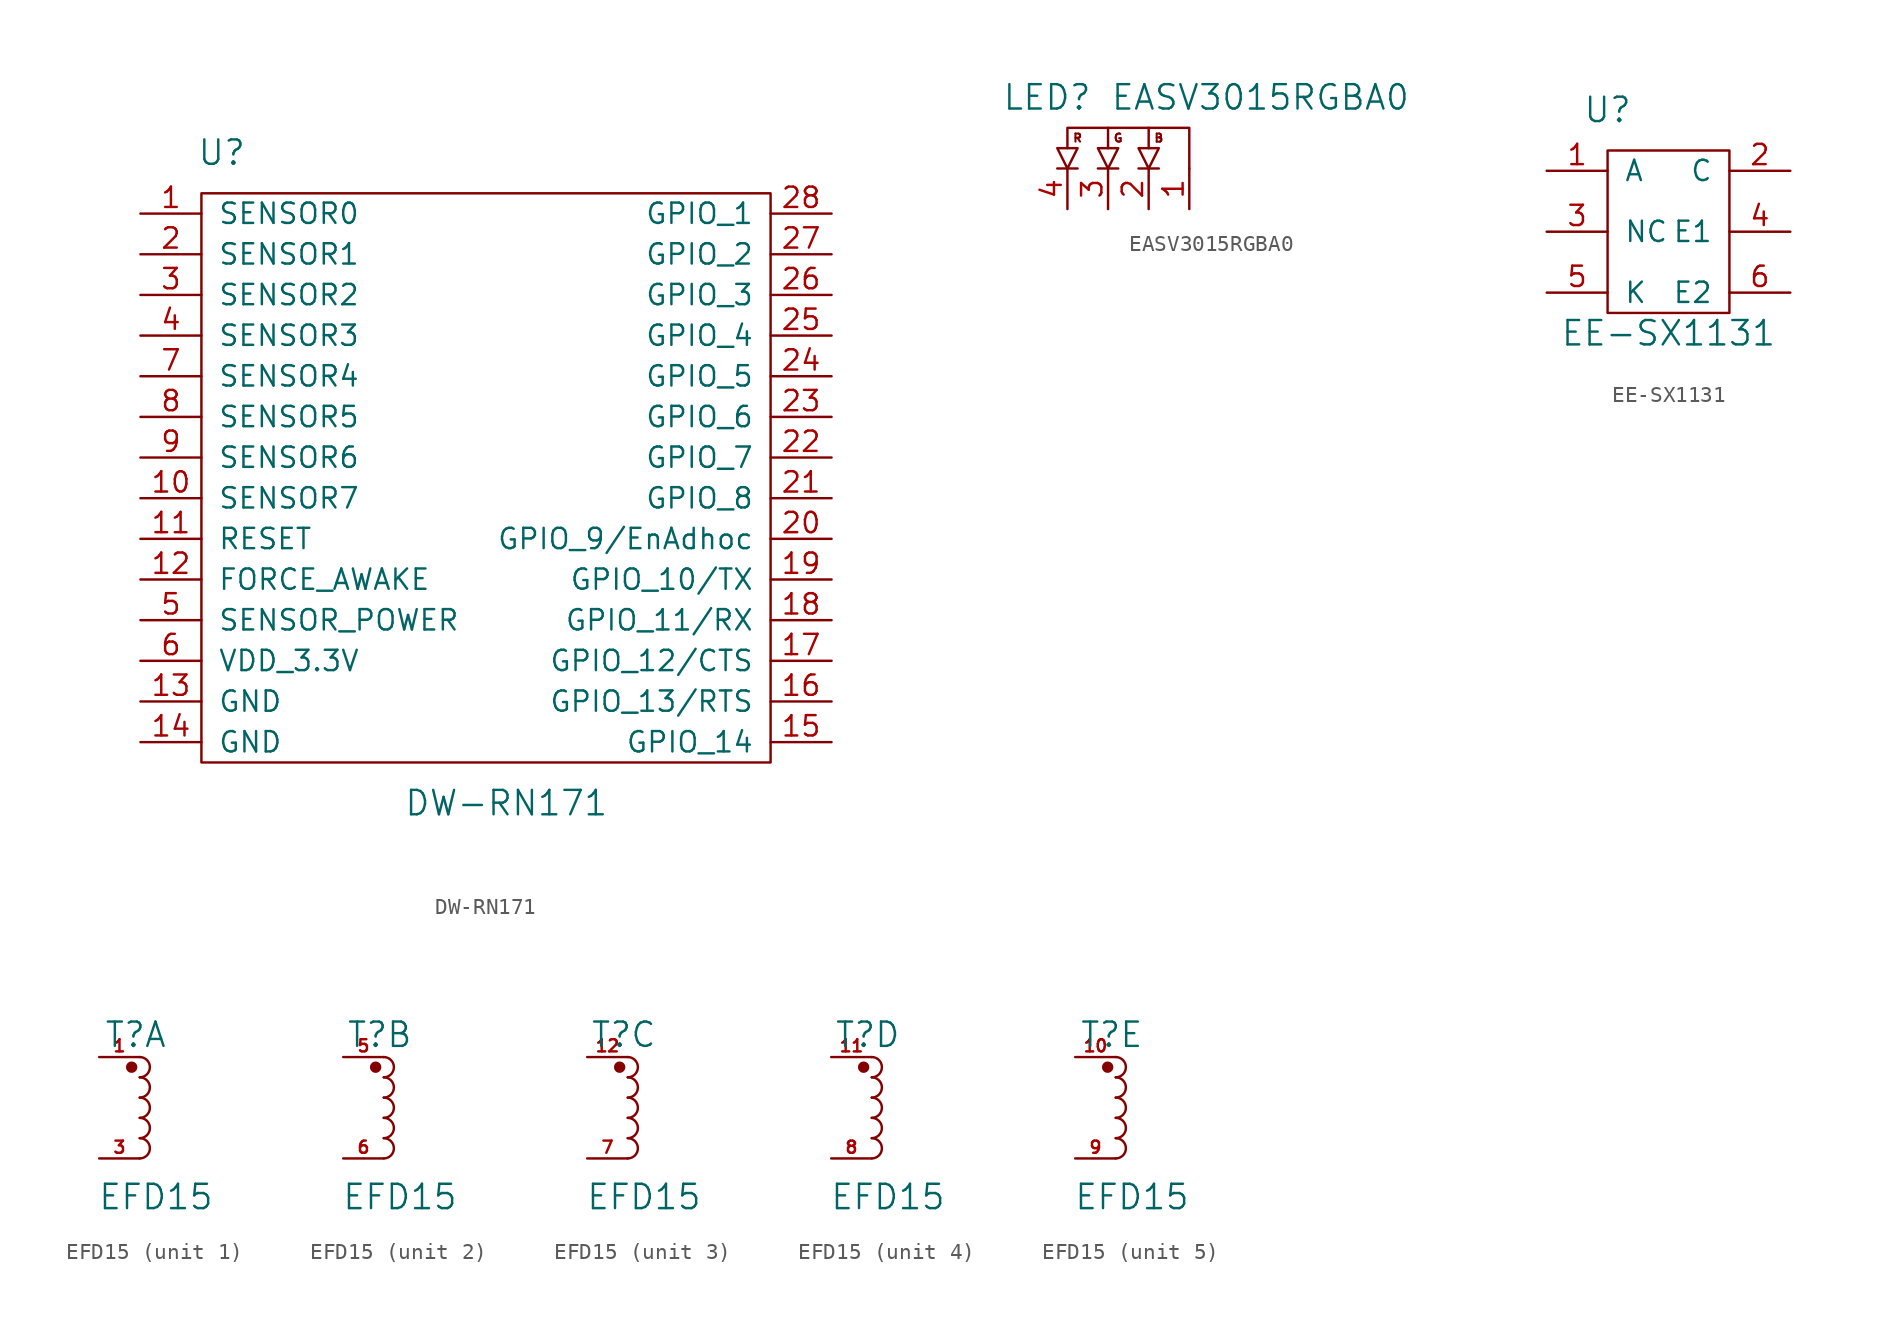
<source format=kicad_sym>
(kicad_symbol_lib
  (version 20211014)
  (generator kicad_symbol_editor)
  (symbol "DW-RN171"
    (pin_names
      (offset 1.016))
    (property "Reference" "U"
      (at -16.51 20.32 0)
      (effects (font (size 1.524 1.524))))
    (property "Value" "DW-RN171"
      (at 1.27 -20.32 0)
      (effects (font (size 1.524 1.524))))
    (property "Footprint" ""
      (at 0 0 0)
      (effects (font (size 1.524 1.524))))
    (property "Datasheet" ""
      (at 0 0 0)
      (effects (font (size 1.524 1.524))))
    (symbol "DW-RN171_0_1"
      (rectangle (start -17.78 17.78) (end 17.78 -17.78) (stroke (width 0) (type default) (color 0 0 0 0)) (fill (type none))))
    (symbol "DW-RN171_1_1"
      (pin input line (at -21.59 16.51 0) (length 3.81) (name "SENSOR0" (effects (font (size 1.27 1.27)))) (number "1" (effects (font (size 1.27 1.27)))))
      (pin input line (at -21.59 -1.27 0) (length 3.81) (name "SENSOR7" (effects (font (size 1.27 1.27)))) (number "10" (effects (font (size 1.27 1.27)))))
      (pin input line (at -21.59 -3.81 0) (length 3.81) (name "RESET" (effects (font (size 1.27 1.27)))) (number "11" (effects (font (size 1.27 1.27)))))
      (pin input line (at -21.59 -6.35 0) (length 3.81) (name "FORCE_AWAKE" (effects (font (size 1.27 1.27)))) (number "12" (effects (font (size 1.27 1.27)))))
      (pin passive line (at -21.59 -13.97 0) (length 3.81) (name "GND" (effects (font (size 1.27 1.27)))) (number "13" (effects (font (size 1.27 1.27)))))
      (pin passive line (at -21.59 -16.51 0) (length 3.81) (name "GND" (effects (font (size 1.27 1.27)))) (number "14" (effects (font (size 1.27 1.27)))))
      (pin bidirectional line (at 21.59 -16.51 180) (length 3.81) (name "GPIO_14" (effects (font (size 1.27 1.27)))) (number "15" (effects (font (size 1.27 1.27)))))
      (pin bidirectional line (at 21.59 -13.97 180) (length 3.81) (name "GPIO_13/RTS" (effects (font (size 1.27 1.27)))) (number "16" (effects (font (size 1.27 1.27)))))
      (pin bidirectional line (at 21.59 -11.43 180) (length 3.81) (name "GPIO_12/CTS" (effects (font (size 1.27 1.27)))) (number "17" (effects (font (size 1.27 1.27)))))
      (pin bidirectional line (at 21.59 -8.89 180) (length 3.81) (name "GPIO_11/RX" (effects (font (size 1.27 1.27)))) (number "18" (effects (font (size 1.27 1.27)))))
      (pin bidirectional line (at 21.59 -6.35 180) (length 3.81) (name "GPIO_10/TX" (effects (font (size 1.27 1.27)))) (number "19" (effects (font (size 1.27 1.27)))))
      (pin input line (at -21.59 13.97 0) (length 3.81) (name "SENSOR1" (effects (font (size 1.27 1.27)))) (number "2" (effects (font (size 1.27 1.27)))))
      (pin bidirectional line (at 21.59 -3.81 180) (length 3.81) (name "GPIO_9/EnAdhoc" (effects (font (size 1.27 1.27)))) (number "20" (effects (font (size 1.27 1.27)))))
      (pin bidirectional line (at 21.59 -1.27 180) (length 3.81) (name "GPIO_8" (effects (font (size 1.27 1.27)))) (number "21" (effects (font (size 1.27 1.27)))))
      (pin bidirectional line (at 21.59 1.27 180) (length 3.81) (name "GPIO_7" (effects (font (size 1.27 1.27)))) (number "22" (effects (font (size 1.27 1.27)))))
      (pin bidirectional line (at 21.59 3.81 180) (length 3.81) (name "GPIO_6" (effects (font (size 1.27 1.27)))) (number "23" (effects (font (size 1.27 1.27)))))
      (pin bidirectional line (at 21.59 6.35 180) (length 3.81) (name "GPIO_5" (effects (font (size 1.27 1.27)))) (number "24" (effects (font (size 1.27 1.27)))))
      (pin bidirectional line (at 21.59 8.89 180) (length 3.81) (name "GPIO_4" (effects (font (size 1.27 1.27)))) (number "25" (effects (font (size 1.27 1.27)))))
      (pin bidirectional line (at 21.59 11.43 180) (length 3.81) (name "GPIO_3" (effects (font (size 1.27 1.27)))) (number "26" (effects (font (size 1.27 1.27)))))
      (pin bidirectional line (at 21.59 13.97 180) (length 3.81) (name "GPIO_2" (effects (font (size 1.27 1.27)))) (number "27" (effects (font (size 1.27 1.27)))))
      (pin bidirectional line (at 21.59 16.51 180) (length 3.81) (name "GPIO_1" (effects (font (size 1.27 1.27)))) (number "28" (effects (font (size 1.27 1.27)))))
      (pin input line (at -21.59 11.43 0) (length 3.81) (name "SENSOR2" (effects (font (size 1.27 1.27)))) (number "3" (effects (font (size 1.27 1.27)))))
      (pin input line (at -21.59 8.89 0) (length 3.81) (name "SENSOR3" (effects (font (size 1.27 1.27)))) (number "4" (effects (font (size 1.27 1.27)))))
      (pin passive line (at -21.59 -8.89 0) (length 3.81) (name "SENSOR_POWER" (effects (font (size 1.27 1.27)))) (number "5" (effects (font (size 1.27 1.27)))))
      (pin passive line (at -21.59 -11.43 0) (length 3.81) (name "VDD_3.3V" (effects (font (size 1.27 1.27)))) (number "6" (effects (font (size 1.27 1.27)))))
      (pin input line (at -21.59 6.35 0) (length 3.81) (name "SENSOR4" (effects (font (size 1.27 1.27)))) (number "7" (effects (font (size 1.27 1.27)))))
      (pin input line (at -21.59 3.81 0) (length 3.81) (name "SENSOR5" (effects (font (size 1.27 1.27)))) (number "8" (effects (font (size 1.27 1.27)))))
      (pin input line (at -21.59 1.27 0) (length 3.81) (name "SENSOR6" (effects (font (size 1.27 1.27)))) (number "9" (effects (font (size 1.27 1.27)))))))
  (symbol "EASV3015RGBA0"
    (pin_names
      (offset 1.016))
    (property "Reference" "LED"
      (at -5.08 4.445 0)
      (effects (font (size 1.524 1.524))))
    (property "Value" "EASV3015RGBA0"
      (at 8.255 4.445 0)
      (effects (font (size 1.524 1.524))))
    (symbol "EASV3015RGBA0_0_0"
      (text "B" (at 1.905 1.905 0) (effects (font (size 0.508 0.508))))
      (text "G" (at -0.635 1.905 0) (effects (font (size 0.508 0.508))))
      (text "R" (at -3.175 1.905 0) (effects (font (size 0.508 0.508)))))
    (symbol "EASV3015RGBA0_0_1"
      (polyline (pts (xy -4.445 0) (xy -3.175 0)) (stroke (width 0) (type default) (color 0 0 0 0)) (fill (type none)))
      (polyline (pts (xy -1.905 0) (xy -0.635 0)) (stroke (width 0) (type default) (color 0 0 0 0)) (fill (type none)))
      (polyline (pts (xy -1.27 1.27) (xy -1.27 2.54)) (stroke (width 0) (type default) (color 0 0 0 0)) (fill (type none)))
      (polyline (pts (xy 0.635 0) (xy 1.905 0)) (stroke (width 0) (type default) (color 0 0 0 0)) (fill (type none)))
      (polyline (pts (xy 1.27 1.27) (xy 1.27 2.54)) (stroke (width 0) (type default) (color 0 0 0 0)) (fill (type none)))
      (polyline (pts (xy -3.81 0) (xy -4.445 1.27) (xy -3.175 1.27) (xy -3.81 0)) (stroke (width 0) (type default) (color 0 0 0 0)) (fill (type none)))
      (polyline (pts (xy -3.81 1.27) (xy -3.81 2.54) (xy 3.81 2.54) (xy 3.81 0)) (stroke (width 0) (type default) (color 0 0 0 0)) (fill (type none)))
      (polyline (pts (xy -1.27 0) (xy -1.905 1.27) (xy -0.635 1.27) (xy -1.27 0)) (stroke (width 0) (type default) (color 0 0 0 0)) (fill (type none)))
      (polyline (pts (xy 1.27 0) (xy 0.635 1.27) (xy 1.905 1.27) (xy 1.27 0)) (stroke (width 0) (type default) (color 0 0 0 0)) (fill (type none))))
    (symbol "EASV3015RGBA0_1_1"
      (pin input line (at 3.81 -2.54 90) (length 2.54) (name "~" (effects (font (size 1.27 1.27)))) (number "1" (effects (font (size 1.27 1.27)))))
      (pin input line (at 1.27 -2.54 90) (length 2.54) (name "~" (effects (font (size 1.27 1.27)))) (number "2" (effects (font (size 1.27 1.27)))))
      (pin input line (at -1.27 -2.54 90) (length 2.54) (name "~" (effects (font (size 1.27 1.27)))) (number "3" (effects (font (size 1.27 1.27)))))
      (pin input line (at -3.81 -2.54 90) (length 2.54) (name "~" (effects (font (size 1.27 1.27)))) (number "4" (effects (font (size 1.27 1.27)))))))
  (symbol "EE-SX1131"
    (pin_names
      (offset 1.016))
    (property "Reference" "U"
      (at -3.81 7.62 0)
      (effects (font (size 1.524 1.524))))
    (property "Value" "EE-SX1131"
      (at 0 -6.35 0)
      (effects (font (size 1.524 1.524))))
    (property "Footprint" ""
      (at 0 0 0)
      (effects (font (size 1.524 1.524))))
    (property "Datasheet" ""
      (at 0 0 0)
      (effects (font (size 1.524 1.524))))
    (symbol "EE-SX1131_0_1"
      (rectangle (start -3.81 5.08) (end 3.81 -5.08) (stroke (width 0) (type default) (color 0 0 0 0)) (fill (type none))))
    (symbol "EE-SX1131_1_1"
      (pin passive line (at -7.62 3.81 0) (length 3.81) (name "A" (effects (font (size 1.27 1.27)))) (number "1" (effects (font (size 1.27 1.27)))))
      (pin passive line (at 7.62 3.81 180) (length 3.81) (name "C" (effects (font (size 1.27 1.27)))) (number "2" (effects (font (size 1.27 1.27)))))
      (pin passive line (at -7.62 0 0) (length 3.81) (name "NC" (effects (font (size 1.27 1.27)))) (number "3" (effects (font (size 1.27 1.27)))))
      (pin passive line (at 7.62 0 180) (length 3.81) (name "E1" (effects (font (size 1.27 1.27)))) (number "4" (effects (font (size 1.27 1.27)))))
      (pin passive line (at -7.62 -3.81 0) (length 3.81) (name "K" (effects (font (size 1.27 1.27)))) (number "5" (effects (font (size 1.27 1.27)))))
      (pin passive line (at 7.62 -3.81 180) (length 3.81) (name "E2" (effects (font (size 1.27 1.27)))) (number "6" (effects (font (size 1.27 1.27)))))))
  (symbol "EFD15"
    (pin_names
      (offset 1.016))
    (property "Reference" "T"
      (at -0.254 3.937 0)
      (effects (font (size 1.524 1.524))))
    (property "Value" "EFD15"
      (at 1.016 -6.223 0)
      (effects (font (size 1.524 1.524))))
    (property "Footprint" ""
      (at 0 0 0)
      (effects (font (size 1.524 1.524))))
    (property "Datasheet" ""
      (at 0 0 0)
      (effects (font (size 1.524 1.524))))
    (symbol "EFD15_0_1"
      (circle (center -0.508 1.905) (radius 0.279) (stroke (width 0) (type default) (color 0 0 0 0)) (fill (type outline)))
      (arc (start 0 -3.81) (mid 0.635 -3.175) (end 0 -2.54) (stroke (width 0) (type default) (color 0 0 0 0)) (fill (type none)))
      (arc (start 0 -2.54) (mid 0.635 -1.905) (end 0 -1.27) (stroke (width 0) (type default) (color 0 0 0 0)) (fill (type none)))
      (arc (start 0 -1.27) (mid 0.635 -0.635) (end 0 0) (stroke (width 0) (type default) (color 0 0 0 0)) (fill (type none)))
      (arc (start 0 0) (mid 0.635 0.635) (end 0 1.27) (stroke (width 0) (type default) (color 0 0 0 0)) (fill (type none)))
      (arc (start 0 1.27) (mid 0.635 1.905) (end 0 2.54) (stroke (width 0) (type default) (color 0 0 0 0)) (fill (type none))))
    (symbol "EFD15_1_1"
      (pin passive line (at -2.54 2.54 0) (length 2.54) (name "~" (effects (font (size 0.762 0.762)))) (number "1" (effects (font (size 0.762 0.762)))))
      (pin passive line (at -2.54 -3.81 0) (length 2.54) (name "~" (effects (font (size 0.762 0.762)))) (number "3" (effects (font (size 0.762 0.762))))))
    (symbol "EFD15_2_1"
      (pin passive line (at -2.54 2.54 0) (length 2.54) (name "~" (effects (font (size 0.762 0.762)))) (number "5" (effects (font (size 0.762 0.762)))))
      (pin passive line (at -2.54 -3.81 0) (length 2.54) (name "~" (effects (font (size 0.762 0.762)))) (number "6" (effects (font (size 0.762 0.762))))))
    (symbol "EFD15_3_1"
      (pin passive line (at -2.54 2.54 0) (length 2.54) (name "~" (effects (font (size 0.762 0.762)))) (number "12" (effects (font (size 0.762 0.762)))))
      (pin passive line (at -2.54 -3.81 0) (length 2.54) (name "~" (effects (font (size 0.762 0.762)))) (number "7" (effects (font (size 0.762 0.762))))))
    (symbol "EFD15_4_1"
      (pin passive line (at -2.54 2.54 0) (length 2.54) (name "~" (effects (font (size 0.762 0.762)))) (number "11" (effects (font (size 0.762 0.762)))))
      (pin passive line (at -2.54 -3.81 0) (length 2.54) (name "~" (effects (font (size 0.762 0.762)))) (number "8" (effects (font (size 0.762 0.762))))))
    (symbol "EFD15_5_1"
      (pin passive line (at -2.54 2.54 0) (length 2.54) (name "~" (effects (font (size 0.762 0.762)))) (number "10" (effects (font (size 0.762 0.762)))))
      (pin passive line (at -2.54 -3.81 0) (length 2.54) (name "~" (effects (font (size 0.762 0.762)))) (number "9" (effects (font (size 0.762 0.762))))))))
</source>
